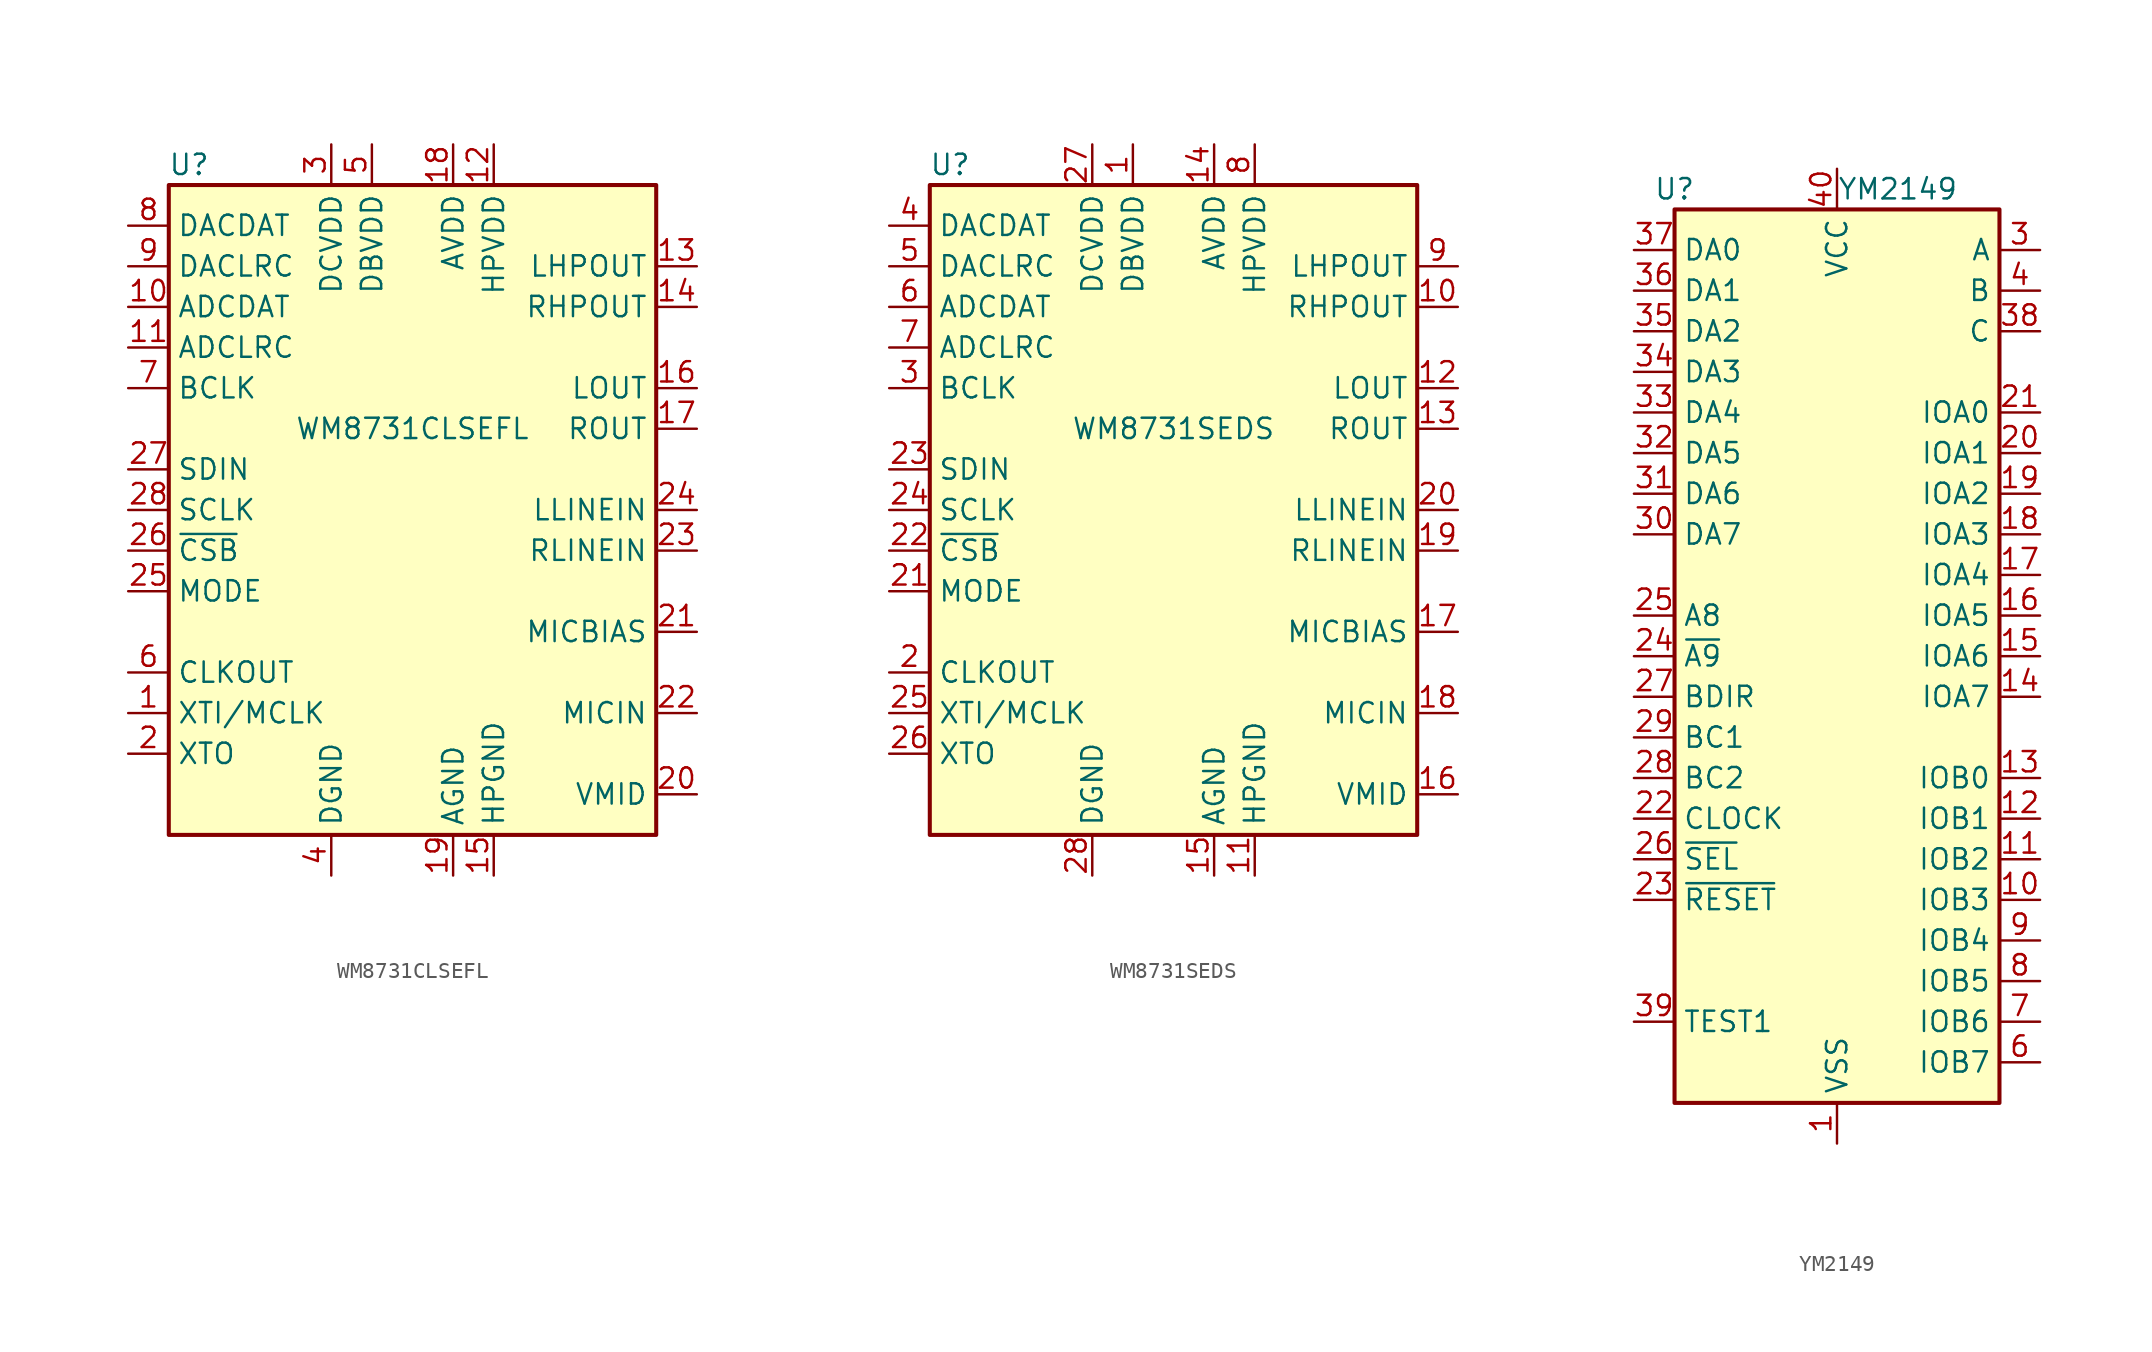
<source format=kicad_sym>
(kicad_symbol_lib
  (version 20201005)
  (generator kicad_symbol_editor)
  (symbol "WM8731CLSEFL"
    (property "Reference" "U"
      (at -13.97 21.59 0)
      (effects (font (size 1.27 1.27))))
    (property "Value" "WM8731CLSEFL"
      (at 0 5.08 0)
      (effects (font (size 1.27 1.27))))
    (symbol "WM8731CLSEFL_0_1"
      (rectangle (start -15.24 20.32) (end 15.24 -20.32) (stroke (width 0.254)) (fill (type background))))
    (symbol "WM8731CLSEFL_1_1"
      (pin input line (at -17.78 -12.7 0) (length 2.54) (name "XTI/MCLK" (effects (font (size 1.27 1.27)))) (number "1" (effects (font (size 1.27 1.27)))))
      (pin output line (at -17.78 12.7 0) (length 2.54) (name "ADCDAT" (effects (font (size 1.27 1.27)))) (number "10" (effects (font (size 1.27 1.27)))))
      (pin bidirectional line (at -17.78 10.16 0) (length 2.54) (name "ADCLRC" (effects (font (size 1.27 1.27)))) (number "11" (effects (font (size 1.27 1.27)))))
      (pin power_in line (at 5.08 22.86 270) (length 2.54) (name "HPVDD" (effects (font (size 1.27 1.27)))) (number "12" (effects (font (size 1.27 1.27)))))
      (pin output line (at 17.78 15.24 180) (length 2.54) (name "LHPOUT" (effects (font (size 1.27 1.27)))) (number "13" (effects (font (size 1.27 1.27)))))
      (pin output line (at 17.78 12.7 180) (length 2.54) (name "RHPOUT" (effects (font (size 1.27 1.27)))) (number "14" (effects (font (size 1.27 1.27)))))
      (pin power_in line (at 5.08 -22.86 90) (length 2.54) (name "HPGND" (effects (font (size 1.27 1.27)))) (number "15" (effects (font (size 1.27 1.27)))))
      (pin output line (at 17.78 7.62 180) (length 2.54) (name "LOUT" (effects (font (size 1.27 1.27)))) (number "16" (effects (font (size 1.27 1.27)))))
      (pin output line (at 17.78 5.08 180) (length 2.54) (name "ROUT" (effects (font (size 1.27 1.27)))) (number "17" (effects (font (size 1.27 1.27)))))
      (pin power_in line (at 2.54 22.86 270) (length 2.54) (name "AVDD" (effects (font (size 1.27 1.27)))) (number "18" (effects (font (size 1.27 1.27)))))
      (pin power_in line (at 2.54 -22.86 90) (length 2.54) (name "AGND" (effects (font (size 1.27 1.27)))) (number "19" (effects (font (size 1.27 1.27)))))
      (pin output line (at -17.78 -15.24 0) (length 2.54) (name "XTO" (effects (font (size 1.27 1.27)))) (number "2" (effects (font (size 1.27 1.27)))))
      (pin passive line (at 17.78 -17.78 180) (length 2.54) (name "VMID" (effects (font (size 1.27 1.27)))) (number "20" (effects (font (size 1.27 1.27)))))
      (pin output line (at 17.78 -7.62 180) (length 2.54) (name "MICBIAS" (effects (font (size 1.27 1.27)))) (number "21" (effects (font (size 1.27 1.27)))))
      (pin input line (at 17.78 -12.7 180) (length 2.54) (name "MICIN" (effects (font (size 1.27 1.27)))) (number "22" (effects (font (size 1.27 1.27)))))
      (pin input line (at 17.78 -2.54 180) (length 2.54) (name "RLINEIN" (effects (font (size 1.27 1.27)))) (number "23" (effects (font (size 1.27 1.27)))))
      (pin input line (at 17.78 0 180) (length 2.54) (name "LLINEIN" (effects (font (size 1.27 1.27)))) (number "24" (effects (font (size 1.27 1.27)))))
      (pin input line (at -17.78 -5.08 0) (length 2.54) (name "MODE" (effects (font (size 1.27 1.27)))) (number "25" (effects (font (size 1.27 1.27)))))
      (pin input line (at -17.78 -2.54 0) (length 2.54) (name "~CSB" (effects (font (size 1.27 1.27)))) (number "26" (effects (font (size 1.27 1.27)))))
      (pin bidirectional line (at -17.78 2.54 0) (length 2.54) (name "SDIN" (effects (font (size 1.27 1.27)))) (number "27" (effects (font (size 1.27 1.27)))))
      (pin input line (at -17.78 0 0) (length 2.54) (name "SCLK" (effects (font (size 1.27 1.27)))) (number "28" (effects (font (size 1.27 1.27)))))
      (pin passive line (at 2.54 -22.86 90) (length 2.54) hide (name "AGND" (effects (font (size 1.27 1.27)))) (number "29" (effects (font (size 1.27 1.27)))))
      (pin power_in line (at -5.08 22.86 270) (length 2.54) (name "DCVDD" (effects (font (size 1.27 1.27)))) (number "3" (effects (font (size 1.27 1.27)))))
      (pin power_in line (at -5.08 -22.86 90) (length 2.54) (name "DGND" (effects (font (size 1.27 1.27)))) (number "4" (effects (font (size 1.27 1.27)))))
      (pin power_in line (at -2.54 22.86 270) (length 2.54) (name "DBVDD" (effects (font (size 1.27 1.27)))) (number "5" (effects (font (size 1.27 1.27)))))
      (pin output line (at -17.78 -10.16 0) (length 2.54) (name "CLKOUT" (effects (font (size 1.27 1.27)))) (number "6" (effects (font (size 1.27 1.27)))))
      (pin bidirectional line (at -17.78 7.62 0) (length 2.54) (name "BCLK" (effects (font (size 1.27 1.27)))) (number "7" (effects (font (size 1.27 1.27)))))
      (pin input line (at -17.78 17.78 0) (length 2.54) (name "DACDAT" (effects (font (size 1.27 1.27)))) (number "8" (effects (font (size 1.27 1.27)))))
      (pin bidirectional line (at -17.78 15.24 0) (length 2.54) (name "DACLRC" (effects (font (size 1.27 1.27)))) (number "9" (effects (font (size 1.27 1.27)))))))
  (symbol "WM8731SEDS"
    (property "Reference" "U"
      (at -13.97 21.59 0)
      (effects (font (size 1.27 1.27))))
    (property "Value" "WM8731SEDS"
      (at 0 5.08 0)
      (effects (font (size 1.27 1.27))))
    (symbol "WM8731SEDS_0_1"
      (rectangle (start -15.24 20.32) (end 15.24 -20.32) (stroke (width 0.254)) (fill (type background))))
    (symbol "WM8731SEDS_1_1"
      (pin power_in line (at -2.54 22.86 270) (length 2.54) (name "DBVDD" (effects (font (size 1.27 1.27)))) (number "1" (effects (font (size 1.27 1.27)))))
      (pin output line (at 17.78 12.7 180) (length 2.54) (name "RHPOUT" (effects (font (size 1.27 1.27)))) (number "10" (effects (font (size 1.27 1.27)))))
      (pin power_in line (at 5.08 -22.86 90) (length 2.54) (name "HPGND" (effects (font (size 1.27 1.27)))) (number "11" (effects (font (size 1.27 1.27)))))
      (pin output line (at 17.78 7.62 180) (length 2.54) (name "LOUT" (effects (font (size 1.27 1.27)))) (number "12" (effects (font (size 1.27 1.27)))))
      (pin output line (at 17.78 5.08 180) (length 2.54) (name "ROUT" (effects (font (size 1.27 1.27)))) (number "13" (effects (font (size 1.27 1.27)))))
      (pin power_in line (at 2.54 22.86 270) (length 2.54) (name "AVDD" (effects (font (size 1.27 1.27)))) (number "14" (effects (font (size 1.27 1.27)))))
      (pin power_in line (at 2.54 -22.86 90) (length 2.54) (name "AGND" (effects (font (size 1.27 1.27)))) (number "15" (effects (font (size 1.27 1.27)))))
      (pin passive line (at 17.78 -17.78 180) (length 2.54) (name "VMID" (effects (font (size 1.27 1.27)))) (number "16" (effects (font (size 1.27 1.27)))))
      (pin output line (at 17.78 -7.62 180) (length 2.54) (name "MICBIAS" (effects (font (size 1.27 1.27)))) (number "17" (effects (font (size 1.27 1.27)))))
      (pin input line (at 17.78 -12.7 180) (length 2.54) (name "MICIN" (effects (font (size 1.27 1.27)))) (number "18" (effects (font (size 1.27 1.27)))))
      (pin input line (at 17.78 -2.54 180) (length 2.54) (name "RLINEIN" (effects (font (size 1.27 1.27)))) (number "19" (effects (font (size 1.27 1.27)))))
      (pin output line (at -17.78 -10.16 0) (length 2.54) (name "CLKOUT" (effects (font (size 1.27 1.27)))) (number "2" (effects (font (size 1.27 1.27)))))
      (pin input line (at 17.78 0 180) (length 2.54) (name "LLINEIN" (effects (font (size 1.27 1.27)))) (number "20" (effects (font (size 1.27 1.27)))))
      (pin input line (at -17.78 -5.08 0) (length 2.54) (name "MODE" (effects (font (size 1.27 1.27)))) (number "21" (effects (font (size 1.27 1.27)))))
      (pin input line (at -17.78 -2.54 0) (length 2.54) (name "~CSB" (effects (font (size 1.27 1.27)))) (number "22" (effects (font (size 1.27 1.27)))))
      (pin bidirectional line (at -17.78 2.54 0) (length 2.54) (name "SDIN" (effects (font (size 1.27 1.27)))) (number "23" (effects (font (size 1.27 1.27)))))
      (pin input line (at -17.78 0 0) (length 2.54) (name "SCLK" (effects (font (size 1.27 1.27)))) (number "24" (effects (font (size 1.27 1.27)))))
      (pin input line (at -17.78 -12.7 0) (length 2.54) (name "XTI/MCLK" (effects (font (size 1.27 1.27)))) (number "25" (effects (font (size 1.27 1.27)))))
      (pin output line (at -17.78 -15.24 0) (length 2.54) (name "XTO" (effects (font (size 1.27 1.27)))) (number "26" (effects (font (size 1.27 1.27)))))
      (pin power_in line (at -5.08 22.86 270) (length 2.54) (name "DCVDD" (effects (font (size 1.27 1.27)))) (number "27" (effects (font (size 1.27 1.27)))))
      (pin power_in line (at -5.08 -22.86 90) (length 2.54) (name "DGND" (effects (font (size 1.27 1.27)))) (number "28" (effects (font (size 1.27 1.27)))))
      (pin bidirectional line (at -17.78 7.62 0) (length 2.54) (name "BCLK" (effects (font (size 1.27 1.27)))) (number "3" (effects (font (size 1.27 1.27)))))
      (pin input line (at -17.78 17.78 0) (length 2.54) (name "DACDAT" (effects (font (size 1.27 1.27)))) (number "4" (effects (font (size 1.27 1.27)))))
      (pin bidirectional line (at -17.78 15.24 0) (length 2.54) (name "DACLRC" (effects (font (size 1.27 1.27)))) (number "5" (effects (font (size 1.27 1.27)))))
      (pin output line (at -17.78 12.7 0) (length 2.54) (name "ADCDAT" (effects (font (size 1.27 1.27)))) (number "6" (effects (font (size 1.27 1.27)))))
      (pin bidirectional line (at -17.78 10.16 0) (length 2.54) (name "ADCLRC" (effects (font (size 1.27 1.27)))) (number "7" (effects (font (size 1.27 1.27)))))
      (pin power_in line (at 5.08 22.86 270) (length 2.54) (name "HPVDD" (effects (font (size 1.27 1.27)))) (number "8" (effects (font (size 1.27 1.27)))))
      (pin output line (at 17.78 15.24 180) (length 2.54) (name "LHPOUT" (effects (font (size 1.27 1.27)))) (number "9" (effects (font (size 1.27 1.27)))))))
  (symbol "YM2149"
    (property "Reference" "U"
      (at -10.16 29.21 0)
      (effects (font (size 1.27 1.27))))
    (property "Value" "YM2149"
      (at 3.81 29.21 0)
      (effects (font (size 1.27 1.27))))
    (symbol "YM2149_0_1"
      (rectangle (start -10.16 27.94) (end 10.16 -27.94) (stroke (width 0.254)) (fill (type background))))
    (symbol "YM2149_1_1"
      (pin power_in line (at 0 -30.48 90) (length 2.54) (name "VSS" (effects (font (size 1.27 1.27)))) (number "1" (effects (font (size 1.27 1.27)))))
      (pin bidirectional line (at 12.7 -15.24 180) (length 2.54) (name "IOB3" (effects (font (size 1.27 1.27)))) (number "10" (effects (font (size 1.27 1.27)))))
      (pin bidirectional line (at 12.7 -12.7 180) (length 2.54) (name "IOB2" (effects (font (size 1.27 1.27)))) (number "11" (effects (font (size 1.27 1.27)))))
      (pin bidirectional line (at 12.7 -10.16 180) (length 2.54) (name "IOB1" (effects (font (size 1.27 1.27)))) (number "12" (effects (font (size 1.27 1.27)))))
      (pin bidirectional line (at 12.7 -7.62 180) (length 2.54) (name "IOB0" (effects (font (size 1.27 1.27)))) (number "13" (effects (font (size 1.27 1.27)))))
      (pin bidirectional line (at 12.7 -2.54 180) (length 2.54) (name "IOA7" (effects (font (size 1.27 1.27)))) (number "14" (effects (font (size 1.27 1.27)))))
      (pin bidirectional line (at 12.7 0 180) (length 2.54) (name "IOA6" (effects (font (size 1.27 1.27)))) (number "15" (effects (font (size 1.27 1.27)))))
      (pin bidirectional line (at 12.7 2.54 180) (length 2.54) (name "IOA5" (effects (font (size 1.27 1.27)))) (number "16" (effects (font (size 1.27 1.27)))))
      (pin bidirectional line (at 12.7 5.08 180) (length 2.54) (name "IOA4" (effects (font (size 1.27 1.27)))) (number "17" (effects (font (size 1.27 1.27)))))
      (pin bidirectional line (at 12.7 7.62 180) (length 2.54) (name "IOA3" (effects (font (size 1.27 1.27)))) (number "18" (effects (font (size 1.27 1.27)))))
      (pin bidirectional line (at 12.7 10.16 180) (length 2.54) (name "IOA2" (effects (font (size 1.27 1.27)))) (number "19" (effects (font (size 1.27 1.27)))))
      (pin no_connect line (at -10.16 -17.78 0) (length 2.54) hide (name "NC" (effects (font (size 1.27 1.27)))) (number "2" (effects (font (size 1.27 1.27)))))
      (pin bidirectional line (at 12.7 12.7 180) (length 2.54) (name "IOA1" (effects (font (size 1.27 1.27)))) (number "20" (effects (font (size 1.27 1.27)))))
      (pin bidirectional line (at 12.7 15.24 180) (length 2.54) (name "IOA0" (effects (font (size 1.27 1.27)))) (number "21" (effects (font (size 1.27 1.27)))))
      (pin input line (at -12.7 -10.16 0) (length 2.54) (name "CLOCK" (effects (font (size 1.27 1.27)))) (number "22" (effects (font (size 1.27 1.27)))))
      (pin input line (at -12.7 -15.24 0) (length 2.54) (name "~RESET" (effects (font (size 1.27 1.27)))) (number "23" (effects (font (size 1.27 1.27)))))
      (pin input line (at -12.7 0 0) (length 2.54) (name "~A9" (effects (font (size 1.27 1.27)))) (number "24" (effects (font (size 1.27 1.27)))))
      (pin input line (at -12.7 2.54 0) (length 2.54) (name "A8" (effects (font (size 1.27 1.27)))) (number "25" (effects (font (size 1.27 1.27)))))
      (pin input line (at -12.7 -12.7 0) (length 2.54) (name "~SEL" (effects (font (size 1.27 1.27)))) (number "26" (effects (font (size 1.27 1.27)))))
      (pin input line (at -12.7 -2.54 0) (length 2.54) (name "BDIR" (effects (font (size 1.27 1.27)))) (number "27" (effects (font (size 1.27 1.27)))))
      (pin input line (at -12.7 -7.62 0) (length 2.54) (name "BC2" (effects (font (size 1.27 1.27)))) (number "28" (effects (font (size 1.27 1.27)))))
      (pin input line (at -12.7 -5.08 0) (length 2.54) (name "BC1" (effects (font (size 1.27 1.27)))) (number "29" (effects (font (size 1.27 1.27)))))
      (pin output line (at 12.7 25.4 180) (length 2.54) (name "A" (effects (font (size 1.27 1.27)))) (number "3" (effects (font (size 1.27 1.27)))))
      (pin bidirectional line (at -12.7 7.62 0) (length 2.54) (name "DA7" (effects (font (size 1.27 1.27)))) (number "30" (effects (font (size 1.27 1.27)))))
      (pin bidirectional line (at -12.7 10.16 0) (length 2.54) (name "DA6" (effects (font (size 1.27 1.27)))) (number "31" (effects (font (size 1.27 1.27)))))
      (pin bidirectional line (at -12.7 12.7 0) (length 2.54) (name "DA5" (effects (font (size 1.27 1.27)))) (number "32" (effects (font (size 1.27 1.27)))))
      (pin bidirectional line (at -12.7 15.24 0) (length 2.54) (name "DA4" (effects (font (size 1.27 1.27)))) (number "33" (effects (font (size 1.27 1.27)))))
      (pin bidirectional line (at -12.7 17.78 0) (length 2.54) (name "DA3" (effects (font (size 1.27 1.27)))) (number "34" (effects (font (size 1.27 1.27)))))
      (pin bidirectional line (at -12.7 20.32 0) (length 2.54) (name "DA2" (effects (font (size 1.27 1.27)))) (number "35" (effects (font (size 1.27 1.27)))))
      (pin bidirectional line (at -12.7 22.86 0) (length 2.54) (name "DA1" (effects (font (size 1.27 1.27)))) (number "36" (effects (font (size 1.27 1.27)))))
      (pin bidirectional line (at -12.7 25.4 0) (length 2.54) (name "DA0" (effects (font (size 1.27 1.27)))) (number "37" (effects (font (size 1.27 1.27)))))
      (pin output line (at 12.7 20.32 180) (length 2.54) (name "C" (effects (font (size 1.27 1.27)))) (number "38" (effects (font (size 1.27 1.27)))))
      (pin passive line (at -12.7 -22.86 0) (length 2.54) (name "TEST1" (effects (font (size 1.27 1.27)))) (number "39" (effects (font (size 1.27 1.27)))))
      (pin output line (at 12.7 22.86 180) (length 2.54) (name "B" (effects (font (size 1.27 1.27)))) (number "4" (effects (font (size 1.27 1.27)))))
      (pin power_in line (at 0 30.48 270) (length 2.54) (name "VCC" (effects (font (size 1.27 1.27)))) (number "40" (effects (font (size 1.27 1.27)))))
      (pin no_connect line (at -10.16 -20.32 0) (length 2.54) hide (name "NC" (effects (font (size 1.27 1.27)))) (number "5" (effects (font (size 1.27 1.27)))))
      (pin bidirectional line (at 12.7 -25.4 180) (length 2.54) (name "IOB7" (effects (font (size 1.27 1.27)))) (number "6" (effects (font (size 1.27 1.27)))))
      (pin bidirectional line (at 12.7 -22.86 180) (length 2.54) (name "IOB6" (effects (font (size 1.27 1.27)))) (number "7" (effects (font (size 1.27 1.27)))))
      (pin bidirectional line (at 12.7 -20.32 180) (length 2.54) (name "IOB5" (effects (font (size 1.27 1.27)))) (number "8" (effects (font (size 1.27 1.27)))))
      (pin bidirectional line (at 12.7 -17.78 180) (length 2.54) (name "IOB4" (effects (font (size 1.27 1.27)))) (number "9" (effects (font (size 1.27 1.27))))))))
</source>
